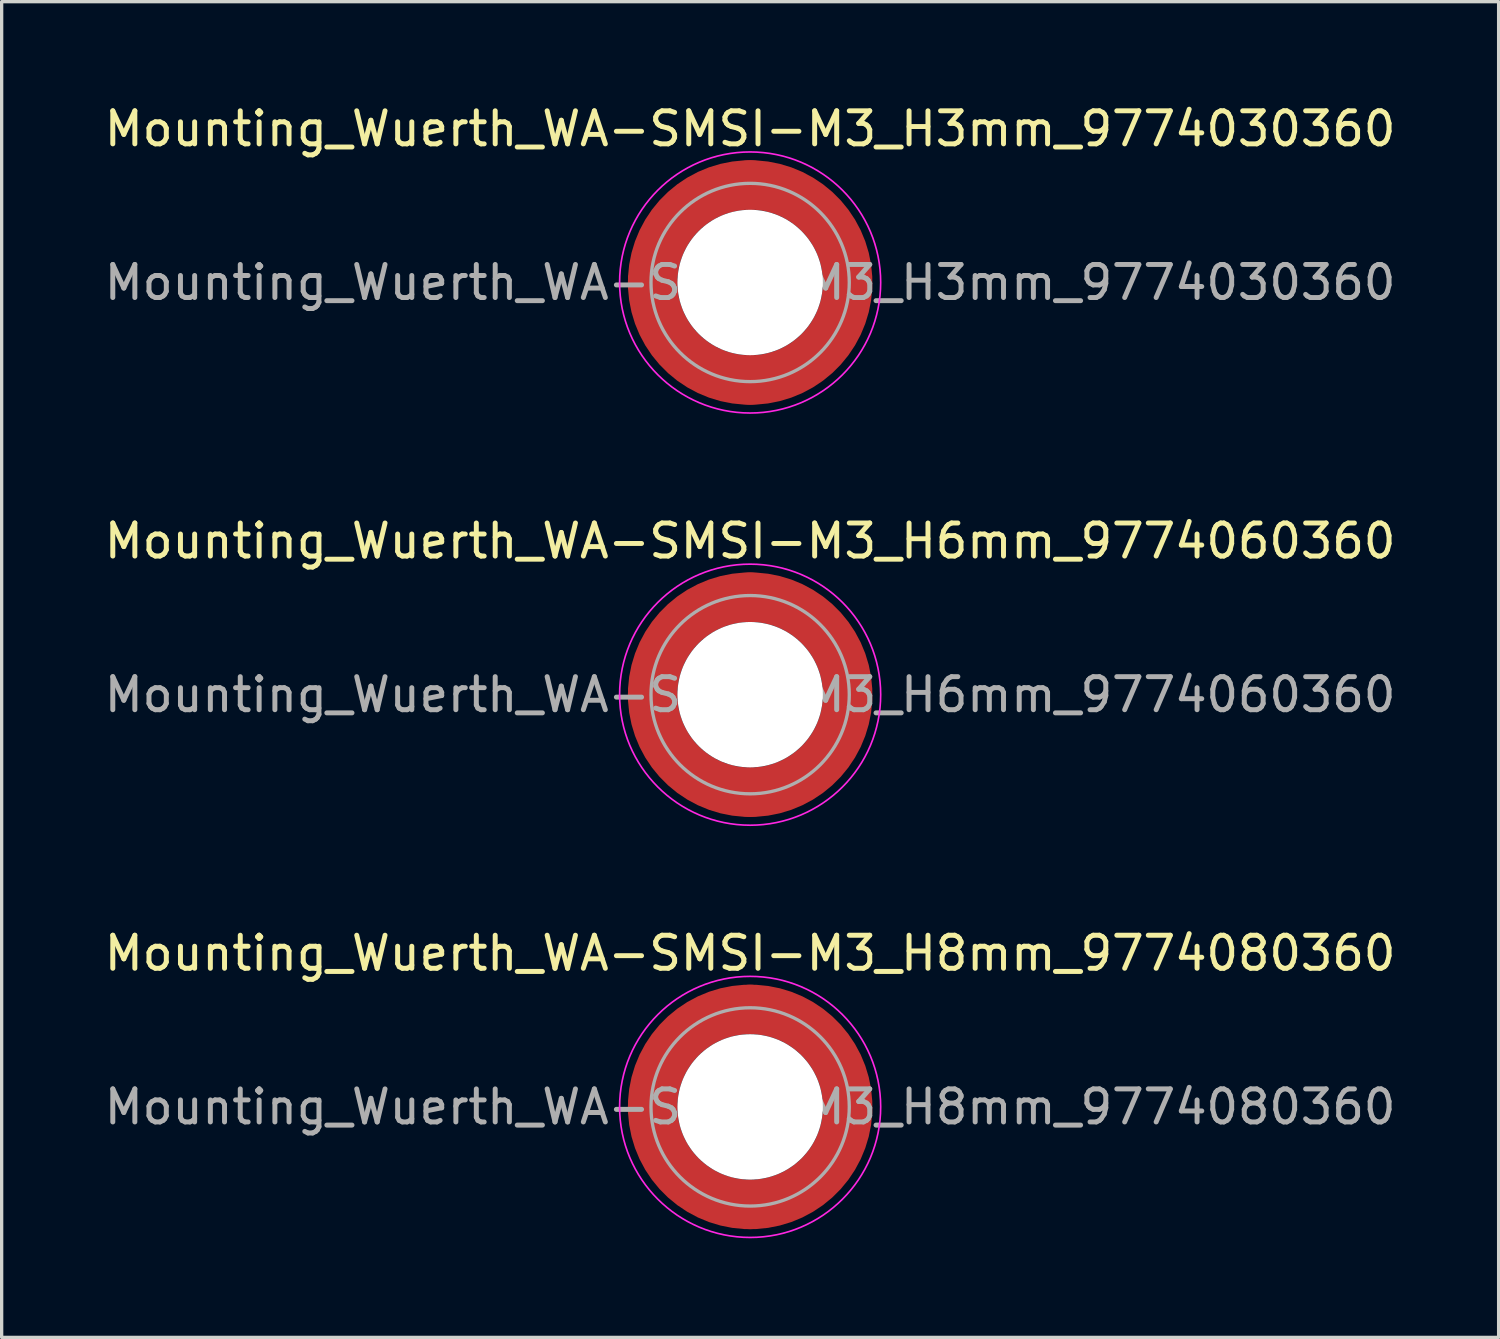
<source format=kicad_pcb>
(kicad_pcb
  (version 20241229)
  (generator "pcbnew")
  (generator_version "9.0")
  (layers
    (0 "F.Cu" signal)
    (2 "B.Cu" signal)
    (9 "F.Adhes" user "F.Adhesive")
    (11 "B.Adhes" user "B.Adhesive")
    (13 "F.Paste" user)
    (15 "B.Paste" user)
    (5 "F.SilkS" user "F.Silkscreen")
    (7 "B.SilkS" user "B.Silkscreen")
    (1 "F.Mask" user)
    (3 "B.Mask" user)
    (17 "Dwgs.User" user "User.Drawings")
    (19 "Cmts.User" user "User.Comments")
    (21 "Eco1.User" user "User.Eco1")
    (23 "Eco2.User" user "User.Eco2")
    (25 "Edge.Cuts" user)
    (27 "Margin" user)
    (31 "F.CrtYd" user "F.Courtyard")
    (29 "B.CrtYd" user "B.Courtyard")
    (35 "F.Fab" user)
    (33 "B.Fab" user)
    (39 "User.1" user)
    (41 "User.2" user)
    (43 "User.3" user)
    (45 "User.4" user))
  (footprint "Mounting_Wuerth_WA-SMSI-M3_H8mm_9774080360"
    (layer "F.Cu")
    (at 19.649 30.445)
    (property "Reference" "Mounting_Wuerth_WA-SMSI-M3_H8mm_9774080360" (at 0 -4.65 0) (layer "F.SilkS") (effects (font (size 1 1) (thickness 0.15))))
    (attr smd)
    (fp_circle (center 0 0) (end 3.95 0) (stroke (width 0.05) (type solid)) (fill no) (layer "F.CrtYd"))
    (fp_circle (center 0 0) (end 3 0) (stroke (width 0.1) (type solid)) (fill no) (layer "F.Fab"))
    (fp_text user "${REFERENCE}" (at 0 0 0) (layer "F.Fab") (effects (font (size 1 1) (thickness 0.15))))
    (pad "" smd custom (at -2.058 -2.058) (size 1.1 1.1) (layers "F.Paste") (options (anchor circle)) (primitives (gr_arc (start -0.377294 1.707681) (mid 0.318198 0.318198) (end 1.707681 -0.377294) (width 0.2)) (gr_arc (start -0.478281 1.707681) (mid 0.247487 0.247487) (end 1.707681 -0.478281) (width 0.2)) (gr_arc (start -0.579192 1.707681) (mid 0.176777 0.176777) (end 1.707681 -0.579192) (width 0.2)) (gr_arc (start -0.680037 1.707681) (mid 0.106066 0.106066) (end 1.707681 -0.680037) (width 0.2)) (gr_arc (start -0.780822 1.707681) (mid 0.035356 0.035356) (end 1.707681 -0.780822) (width 0.2)) (gr_arc (start -0.881554 1.707681) (mid -0.035355 -0.035355) (end 1.707681 -0.881554) (width 0.2)) (gr_arc (start -0.982237 1.707681) (mid -0.106066 -0.106066) (end 1.707681 -0.982237) (width 0.2)) (gr_arc (start -1.082877 1.707681) (mid -0.176777 -0.176777) (end 1.707681 -1.082877) (width 0.2)) (gr_arc (start -1.183476 1.707681) (mid -0.247487 -0.247487) (end 1.707681 -1.183476) (width 0.2)) (gr_arc (start -1.28404 1.707681) (mid -0.318198 -0.318198) (end 1.707681 -1.28404) (width 0.2)) (gr_line (start 1.708 -0.377) (end 1.708 -1.284) (width 0.2)) (gr_line (start -0.377 1.708) (end -1.284 1.708) (width 0.2))))
    (pad "" smd custom (at -2.058 2.058) (size 1.1 1.1) (layers "F.Paste") (options (anchor circle)) (primitives (gr_arc (start 1.707681 0.377294) (mid 0.318198 -0.318198) (end -0.377294 -1.707681) (width 0.2)) (gr_arc (start 1.707681 0.478281) (mid 0.247487 -0.247487) (end -0.478281 -1.707681) (width 0.2)) (gr_arc (start 1.707681 0.579192) (mid 0.176777 -0.176777) (end -0.579192 -1.707681) (width 0.2)) (gr_arc (start 1.707681 0.680037) (mid 0.106066 -0.106066) (end -0.680037 -1.707681) (width 0.2)) (gr_arc (start 1.707681 0.780822) (mid 0.035356 -0.035356) (end -0.780822 -1.707681) (width 0.2)) (gr_arc (start 1.707681 0.881554) (mid -0.035355 0.035355) (end -0.881554 -1.707681) (width 0.2)) (gr_arc (start 1.707681 0.982237) (mid -0.106066 0.106066) (end -0.982237 -1.707681) (width 0.2)) (gr_arc (start 1.707681 1.082877) (mid -0.176777 0.176777) (end -1.082877 -1.707681) (width 0.2)) (gr_arc (start 1.707681 1.183476) (mid -0.247487 0.247487) (end -1.183476 -1.707681) (width 0.2)) (gr_arc (start 1.707681 1.28404) (mid -0.318198 0.318198) (end -1.28404 -1.707681) (width 0.2)) (gr_line (start -0.377 -1.708) (end -1.284 -1.708) (width 0.2)) (gr_line (start 1.708 0.377) (end 1.708 1.284) (width 0.2))))
    (pad "" np_thru_hole circle (at 0 0) (size 4.4 4.4) (drill 4.4) (layers "*.Cu" "*.Mask"))
    (pad "" smd custom (at 2.058 -2.058) (size 1.1 1.1) (layers "F.Paste") (options (anchor circle)) (primitives (gr_arc (start -1.707681 -0.377294) (mid -0.318198 0.318198) (end 0.377294 1.707681) (width 0.2)) (gr_arc (start -1.707681 -0.478281) (mid -0.247487 0.247487) (end 0.478281 1.707681) (width 0.2)) (gr_arc (start -1.707681 -0.579192) (mid -0.176777 0.176777) (end 0.579192 1.707681) (width 0.2)) (gr_arc (start -1.707681 -0.680037) (mid -0.106066 0.106066) (end 0.680037 1.707681) (width 0.2)) (gr_arc (start -1.707681 -0.780822) (mid -0.035356 0.035356) (end 0.780822 1.707681) (width 0.2)) (gr_arc (start -1.707681 -0.881554) (mid 0.035355 -0.035355) (end 0.881554 1.707681) (width 0.2)) (gr_arc (start -1.707681 -0.982237) (mid 0.106066 -0.106066) (end 0.982237 1.707681) (width 0.2)) (gr_arc (start -1.707681 -1.082877) (mid 0.176777 -0.176777) (end 1.082877 1.707681) (width 0.2)) (gr_arc (start -1.707681 -1.183476) (mid 0.247487 -0.247487) (end 1.183476 1.707681) (width 0.2)) (gr_arc (start -1.707681 -1.28404) (mid 0.318198 -0.318198) (end 1.28404 1.707681) (width 0.2)) (gr_line (start 0.377 1.708) (end 1.284 1.708) (width 0.2)) (gr_line (start -1.708 -0.377) (end -1.708 -1.284) (width 0.2))))
    (pad "" smd custom (at 2.058 2.058) (size 1.1 1.1) (layers "F.Paste") (options (anchor circle)) (primitives (gr_arc (start 0.377294 -1.707681) (mid -0.318198 -0.318198) (end -1.707681 0.377294) (width 0.2)) (gr_arc (start 0.478281 -1.707681) (mid -0.247487 -0.247487) (end -1.707681 0.478281) (width 0.2)) (gr_arc (start 0.579192 -1.707681) (mid -0.176777 -0.176777) (end -1.707681 0.579192) (width 0.2)) (gr_arc (start 0.680037 -1.707681) (mid -0.106066 -0.106066) (end -1.707681 0.680037) (width 0.2)) (gr_arc (start 0.780822 -1.707681) (mid -0.035356 -0.035356) (end -1.707681 0.780822) (width 0.2)) (gr_arc (start 0.881554 -1.707681) (mid 0.035355 0.035355) (end -1.707681 0.881554) (width 0.2)) (gr_arc (start 0.982237 -1.707681) (mid 0.106066 0.106066) (end -1.707681 0.982237) (width 0.2)) (gr_arc (start 1.082877 -1.707681) (mid 0.176777 0.176777) (end -1.707681 1.082877) (width 0.2)) (gr_arc (start 1.183476 -1.707681) (mid 0.247487 0.247487) (end -1.707681 1.183476) (width 0.2)) (gr_arc (start 1.28404 -1.707681) (mid 0.318198 0.318198) (end -1.707681 1.28404) (width 0.2)) (gr_line (start -1.708 0.377) (end -1.708 1.284) (width 0.2)) (gr_line (start 0.377 -1.708) (end 1.284 -1.708) (width 0.2))))
    (pad "1" smd circle (at -2.95 0) (size 1.5 1.5) (layers "F.Cu"))
    (pad "1" smd circle (at 0 -2.95) (size 1.5 1.5) (layers "F.Cu"))
    (pad "1" smd circle (at 0 2.95) (size 1.5 1.5) (layers "F.Cu"))
    (pad "1" smd custom (at 2.95 0) (size 1.5 1.5) (layers "F.Cu" "F.Mask") (options (anchor circle)) (primitives (gr_circle (center -2.95 0) (end 0 0) (width 1.5) (fill no)))))
  (footprint "Mounting_Wuerth_WA-SMSI-M3_H6mm_9774060360"
    (layer "F.Cu")
    (at 19.649 17.971)
    (property "Reference" "Mounting_Wuerth_WA-SMSI-M3_H6mm_9774060360" (at 0 -4.65 0) (layer "F.SilkS") (effects (font (size 1 1) (thickness 0.15))))
    (attr smd)
    (fp_circle (center 0 0) (end 3.95 0) (stroke (width 0.05) (type solid)) (fill no) (layer "F.CrtYd"))
    (fp_circle (center 0 0) (end 3 0) (stroke (width 0.1) (type solid)) (fill no) (layer "F.Fab"))
    (fp_text user "${REFERENCE}" (at 0 0 0) (layer "F.Fab") (effects (font (size 1 1) (thickness 0.15))))
    (pad "" smd custom (at -2.058 -2.058) (size 1.1 1.1) (layers "F.Paste") (options (anchor circle)) (primitives (gr_arc (start -0.524489 1.532681) (mid 0.194454 0.194454) (end 1.532681 -0.524489) (width 0.55)) (gr_arc (start -0.804569 1.532681) (mid 0 0) (end 1.532681 -0.804569) (width 0.55)) (gr_arc (start -1.083752 1.532681) (mid -0.194454 -0.194454) (end 1.532681 -1.083752) (width 0.55)) (gr_line (start 1.533 -0.524) (end 1.533 -1.084) (width 0.55)) (gr_line (start -0.524 1.533) (end -1.084 1.533) (width 0.55))))
    (pad "" smd custom (at -2.058 2.058) (size 1.1 1.1) (layers "F.Paste") (options (anchor circle)) (primitives (gr_arc (start 1.532681 0.524489) (mid 0.194454 -0.194454) (end -0.524489 -1.532681) (width 0.55)) (gr_arc (start 1.532681 0.804569) (mid 0 0) (end -0.804569 -1.532681) (width 0.55)) (gr_arc (start 1.532681 1.083752) (mid -0.194454 0.194454) (end -1.083752 -1.532681) (width 0.55)) (gr_line (start -0.524 -1.533) (end -1.084 -1.533) (width 0.55)) (gr_line (start 1.533 0.524) (end 1.533 1.084) (width 0.55))))
    (pad "" np_thru_hole circle (at 0 0) (size 4.4 4.4) (drill 4.4) (layers "*.Cu" "*.Mask"))
    (pad "" smd custom (at 2.058 -2.058) (size 1.1 1.1) (layers "F.Paste") (options (anchor circle)) (primitives (gr_arc (start -1.532681 -0.524489) (mid -0.194454 0.194454) (end 0.524489 1.532681) (width 0.55)) (gr_arc (start -1.532681 -0.804569) (mid 0 0) (end 0.804569 1.532681) (width 0.55)) (gr_arc (start -1.532681 -1.083752) (mid 0.194454 -0.194454) (end 1.083752 1.532681) (width 0.55)) (gr_line (start 0.524 1.533) (end 1.084 1.533) (width 0.55)) (gr_line (start -1.533 -0.524) (end -1.533 -1.084) (width 0.55))))
    (pad "" smd custom (at 2.058 2.058) (size 1.1 1.1) (layers "F.Paste") (options (anchor circle)) (primitives (gr_arc (start 0.524489 -1.532681) (mid -0.194454 -0.194454) (end -1.532681 0.524489) (width 0.55)) (gr_arc (start 0.804569 -1.532681) (mid 0 0) (end -1.532681 0.804569) (width 0.55)) (gr_arc (start 1.083752 -1.532681) (mid 0.194454 0.194454) (end -1.532681 1.083752) (width 0.55)) (gr_line (start -1.533 0.524) (end -1.533 1.084) (width 0.55)) (gr_line (start 0.524 -1.533) (end 1.084 -1.533) (width 0.55))))
    (pad "1" smd circle (at -2.95 0) (size 1.5 1.5) (layers "F.Cu"))
    (pad "1" smd circle (at 0 -2.95) (size 1.5 1.5) (layers "F.Cu"))
    (pad "1" smd circle (at 0 2.95) (size 1.5 1.5) (layers "F.Cu"))
    (pad "1" smd custom (at 2.95 0) (size 1.5 1.5) (layers "F.Cu" "F.Mask") (options (anchor circle)) (primitives (gr_circle (center -2.95 0) (end 0 0) (width 1.5) (fill no)))))
  (footprint "Mounting_Wuerth_WA-SMSI-M3_H3mm_9774030360"
    (layer "F.Cu")
    (at 19.649 5.498)
    (property "Reference" "Mounting_Wuerth_WA-SMSI-M3_H3mm_9774030360" (at 0 -4.65 0) (layer "F.SilkS") (effects (font (size 1 1) (thickness 0.15))))
    (attr smd)
    (fp_circle (center 0 0) (end 3.95 0) (stroke (width 0.05) (type solid)) (fill no) (layer "F.CrtYd"))
    (fp_circle (center 0 0) (end 3 0) (stroke (width 0.1) (type solid)) (fill no) (layer "F.Fab"))
    (fp_text user "${REFERENCE}" (at 0 0 0) (layer "F.Fab") (effects (font (size 1 1) (thickness 0.15))))
    (pad "" smd custom (at -2.058 -2.058) (size 1.1 1.1) (layers "F.Paste") (options (anchor circle)) (primitives (gr_arc (start -0.524489 1.532681) (mid 0.194454 0.194454) (end 1.532681 -0.524489) (width 0.55)) (gr_arc (start -0.804569 1.532681) (mid 0 0) (end 1.532681 -0.804569) (width 0.55)) (gr_arc (start -1.083752 1.532681) (mid -0.194454 -0.194454) (end 1.532681 -1.083752) (width 0.55)) (gr_line (start 1.533 -0.524) (end 1.533 -1.084) (width 0.55)) (gr_line (start -0.524 1.533) (end -1.084 1.533) (width 0.55))))
    (pad "" smd custom (at -2.058 2.058) (size 1.1 1.1) (layers "F.Paste") (options (anchor circle)) (primitives (gr_arc (start 1.532681 0.524489) (mid 0.194454 -0.194454) (end -0.524489 -1.532681) (width 0.55)) (gr_arc (start 1.532681 0.804569) (mid 0 0) (end -0.804569 -1.532681) (width 0.55)) (gr_arc (start 1.532681 1.083752) (mid -0.194454 0.194454) (end -1.083752 -1.532681) (width 0.55)) (gr_line (start -0.524 -1.533) (end -1.084 -1.533) (width 0.55)) (gr_line (start 1.533 0.524) (end 1.533 1.084) (width 0.55))))
    (pad "" np_thru_hole circle (at 0 0) (size 4.4 4.4) (drill 4.4) (layers "*.Cu" "*.Mask"))
    (pad "" smd custom (at 2.058 -2.058) (size 1.1 1.1) (layers "F.Paste") (options (anchor circle)) (primitives (gr_arc (start -1.532681 -0.524489) (mid -0.194454 0.194454) (end 0.524489 1.532681) (width 0.55)) (gr_arc (start -1.532681 -0.804569) (mid 0 0) (end 0.804569 1.532681) (width 0.55)) (gr_arc (start -1.532681 -1.083752) (mid 0.194454 -0.194454) (end 1.083752 1.532681) (width 0.55)) (gr_line (start 0.524 1.533) (end 1.084 1.533) (width 0.55)) (gr_line (start -1.533 -0.524) (end -1.533 -1.084) (width 0.55))))
    (pad "" smd custom (at 2.058 2.058) (size 1.1 1.1) (layers "F.Paste") (options (anchor circle)) (primitives (gr_arc (start 0.524489 -1.532681) (mid -0.194454 -0.194454) (end -1.532681 0.524489) (width 0.55)) (gr_arc (start 0.804569 -1.532681) (mid 0 0) (end -1.532681 0.804569) (width 0.55)) (gr_arc (start 1.083752 -1.532681) (mid 0.194454 0.194454) (end -1.532681 1.083752) (width 0.55)) (gr_line (start -1.533 0.524) (end -1.533 1.084) (width 0.55)) (gr_line (start 0.524 -1.533) (end 1.084 -1.533) (width 0.55))))
    (pad "1" smd circle (at -2.95 0) (size 1.5 1.5) (layers "F.Cu"))
    (pad "1" smd circle (at 0 -2.95) (size 1.5 1.5) (layers "F.Cu"))
    (pad "1" smd circle (at 0 2.95) (size 1.5 1.5) (layers "F.Cu"))
    (pad "1" smd custom (at 2.95 0) (size 1.5 1.5) (layers "F.Cu" "F.Mask") (options (anchor circle)) (primitives (gr_circle (center -2.95 0) (end 0 0) (width 1.5) (fill no)))))
  (gr_rect
    (start -3 -3)
    (end 42.298 37.42)
    (stroke (width 0.1) (type default))
    (fill no)
    (layer "Edge.Cuts")))
</source>
